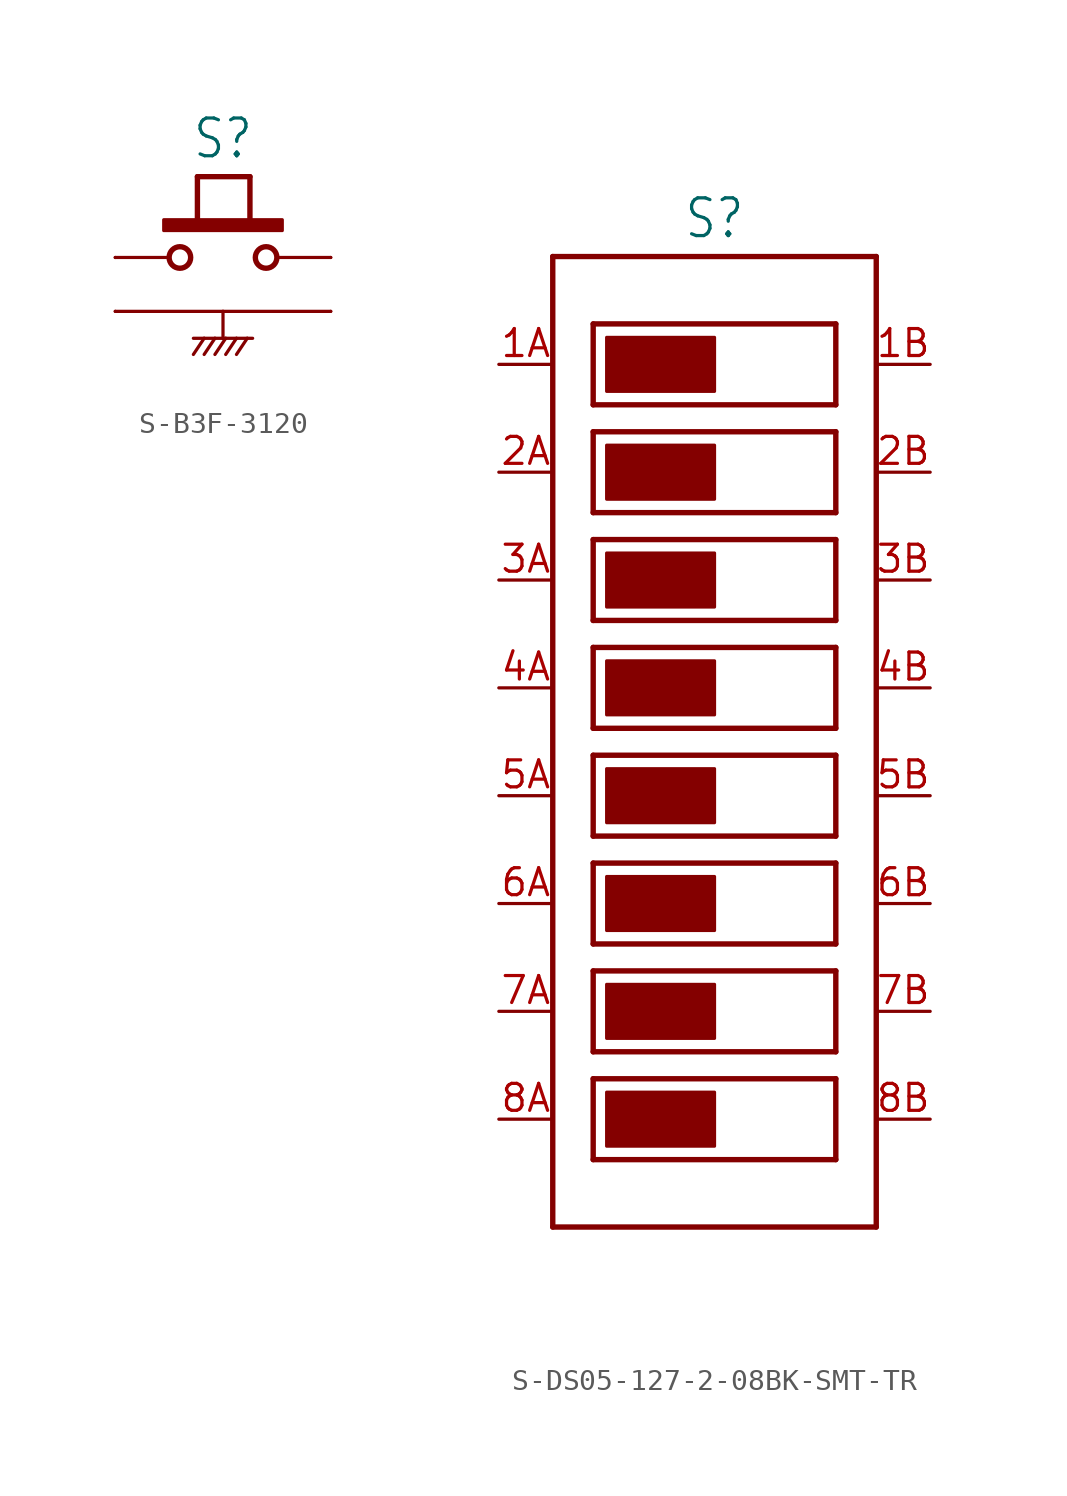
<source format=kicad_sym>
(kicad_symbol_lib
  (version 20231120)
  (generator "kicad_symbol_editor")
  (generator_version "8.0")
  (symbol "S-B3F-3120"
    (property "Reference" "S"
      (at 0 4.572 0)
      (effects (font (size 1.778 1.511)) (justify bottom)))
    (property "Value" ""
      (at 0 -5.08 0)
      (effects (font (size 1.778 1.511)) (justify top)))
    (property "ki_locked" ""
      (at 0 0 0)
      (effects (font (size 1.27 1.27))))
    (symbol "S-B3F-3120_1_0"
      (rectangle (start -2.794 1.27) (end 2.794 1.778) (stroke (width 0) (type default)) (fill (type outline)))
      (circle (center -2.032 0) (radius 0.508) (stroke (width 0.254) (type solid)) (fill (type none)))
      (polyline (pts (xy -5.08 -2.54) (xy 0 -2.54)) (stroke (width 0.152) (type solid)) (fill (type none)))
      (polyline (pts (xy -5.08 0) (xy -2.54 0)) (stroke (width 0.152) (type solid)) (fill (type none)))
      (polyline (pts (xy -1.397 -3.81) (xy -0.889 -3.81)) (stroke (width 0.152) (type solid)) (fill (type none)))
      (polyline (pts (xy -1.206 1.524) (xy -1.206 3.81)) (stroke (width 0.254) (type solid)) (fill (type none)))
      (polyline (pts (xy -1.206 3.81) (xy 1.27 3.81)) (stroke (width 0.254) (type solid)) (fill (type none)))
      (polyline (pts (xy -0.889 -3.81) (xy -1.397 -4.572)) (stroke (width 0.152) (type solid)) (fill (type none)))
      (polyline (pts (xy -0.889 -3.81) (xy -0.381 -3.81)) (stroke (width 0.152) (type solid)) (fill (type none)))
      (polyline (pts (xy -0.381 -3.81) (xy -0.889 -4.572)) (stroke (width 0.152) (type solid)) (fill (type none)))
      (polyline (pts (xy -0.381 -3.81) (xy 0 -3.81)) (stroke (width 0.152) (type solid)) (fill (type none)))
      (polyline (pts (xy 0 -3.81) (xy 0.127 -3.81)) (stroke (width 0.152) (type solid)) (fill (type none)))
      (polyline (pts (xy 0 -2.54) (xy 0 -3.81)) (stroke (width 0.152) (type solid)) (fill (type none)))
      (polyline (pts (xy 0 -2.54) (xy 5.08 -2.54)) (stroke (width 0.152) (type solid)) (fill (type none)))
      (polyline (pts (xy 0.127 -3.81) (xy -0.381 -4.572)) (stroke (width 0.152) (type solid)) (fill (type none)))
      (polyline (pts (xy 0.127 -3.81) (xy 0.635 -3.81)) (stroke (width 0.152) (type solid)) (fill (type none)))
      (polyline (pts (xy 0.635 -3.81) (xy 0.127 -4.572)) (stroke (width 0.152) (type solid)) (fill (type none)))
      (polyline (pts (xy 0.635 -3.81) (xy 1.143 -3.81)) (stroke (width 0.152) (type solid)) (fill (type none)))
      (polyline (pts (xy 1.143 -3.81) (xy 0.635 -4.572)) (stroke (width 0.152) (type solid)) (fill (type none)))
      (polyline (pts (xy 1.143 -3.81) (xy 1.397 -3.81)) (stroke (width 0.152) (type solid)) (fill (type none)))
      (polyline (pts (xy 1.27 3.81) (xy 1.27 1.524)) (stroke (width 0.254) (type solid)) (fill (type none)))
      (polyline (pts (xy 2.54 0) (xy 5.08 0)) (stroke (width 0.152) (type solid)) (fill (type none)))
      (circle (center 2.032 0) (radius 0.508) (stroke (width 0.254) (type solid)) (fill (type none)))
      (pin passive line (at -5.08 0 0) (length 0) (name "1" (effects (font (size 0 0)))) (number "1" (effects (font (size 0 0)))))
      (pin passive line (at 5.08 0 180) (length 0) (name "2" (effects (font (size 0 0)))) (number "2" (effects (font (size 0 0)))))
      (pin passive line (at -5.08 -2.54 0) (length 0) (name "3" (effects (font (size 0 0)))) (number "3" (effects (font (size 0 0)))))
      (pin passive line (at 5.08 -2.54 180) (length 0) (name "4" (effects (font (size 0 0)))) (number "4" (effects (font (size 0 0)))))))
  (symbol "S-DS05-127-2-08BK-SMT-TR"
    (property "Reference" "S"
      (at 0 23.622 0)
      (effects (font (size 1.778 1.511)) (justify bottom)))
    (property "Value" ""
      (at 0 -23.622 0)
      (effects (font (size 1.778 1.511)) (justify top)))
    (property "ki_locked" ""
      (at 0 0 0)
      (effects (font (size 1.27 1.27))))
    (symbol "S-DS05-127-2-08BK-SMT-TR_1_0"
      (rectangle (start -5.08 -19.05) (end 0 -16.51) (stroke (width 0) (type default)) (fill (type outline)))
      (rectangle (start -5.08 -13.97) (end 0 -11.43) (stroke (width 0) (type default)) (fill (type outline)))
      (rectangle (start -5.08 -8.89) (end 0 -6.35) (stroke (width 0) (type default)) (fill (type outline)))
      (rectangle (start -5.08 -3.81) (end 0 -1.27) (stroke (width 0) (type default)) (fill (type outline)))
      (rectangle (start -5.08 1.27) (end 0 3.81) (stroke (width 0) (type default)) (fill (type outline)))
      (rectangle (start -5.08 6.35) (end 0 8.89) (stroke (width 0) (type default)) (fill (type outline)))
      (rectangle (start -5.08 11.43) (end 0 13.97) (stroke (width 0) (type default)) (fill (type outline)))
      (rectangle (start -5.08 16.51) (end 0 19.05) (stroke (width 0) (type default)) (fill (type outline)))
      (polyline (pts (xy -7.62 -22.86) (xy -7.62 22.86)) (stroke (width 0.254) (type solid)) (fill (type none)))
      (polyline (pts (xy -7.62 22.86) (xy 7.62 22.86)) (stroke (width 0.254) (type solid)) (fill (type none)))
      (polyline (pts (xy -5.715 -19.685) (xy 5.715 -19.685)) (stroke (width 0.254) (type solid)) (fill (type none)))
      (polyline (pts (xy -5.715 -15.875) (xy -5.715 -19.685)) (stroke (width 0.254) (type solid)) (fill (type none)))
      (polyline (pts (xy -5.715 -14.605) (xy 5.715 -14.605)) (stroke (width 0.254) (type solid)) (fill (type none)))
      (polyline (pts (xy -5.715 -10.795) (xy -5.715 -14.605)) (stroke (width 0.254) (type solid)) (fill (type none)))
      (polyline (pts (xy -5.715 -9.525) (xy 5.715 -9.525)) (stroke (width 0.254) (type solid)) (fill (type none)))
      (polyline (pts (xy -5.715 -5.715) (xy -5.715 -9.525)) (stroke (width 0.254) (type solid)) (fill (type none)))
      (polyline (pts (xy -5.715 -4.445) (xy 5.715 -4.445)) (stroke (width 0.254) (type solid)) (fill (type none)))
      (polyline (pts (xy -5.715 -0.635) (xy -5.715 -4.445)) (stroke (width 0.254) (type solid)) (fill (type none)))
      (polyline (pts (xy -5.715 0.635) (xy 5.715 0.635)) (stroke (width 0.254) (type solid)) (fill (type none)))
      (polyline (pts (xy -5.715 4.445) (xy -5.715 0.635)) (stroke (width 0.254) (type solid)) (fill (type none)))
      (polyline (pts (xy -5.715 5.715) (xy 5.715 5.715)) (stroke (width 0.254) (type solid)) (fill (type none)))
      (polyline (pts (xy -5.715 9.525) (xy -5.715 5.715)) (stroke (width 0.254) (type solid)) (fill (type none)))
      (polyline (pts (xy -5.715 10.795) (xy 5.715 10.795)) (stroke (width 0.254) (type solid)) (fill (type none)))
      (polyline (pts (xy -5.715 14.605) (xy -5.715 10.795)) (stroke (width 0.254) (type solid)) (fill (type none)))
      (polyline (pts (xy -5.715 15.875) (xy 5.715 15.875)) (stroke (width 0.254) (type solid)) (fill (type none)))
      (polyline (pts (xy -5.715 19.685) (xy -5.715 15.875)) (stroke (width 0.254) (type solid)) (fill (type none)))
      (polyline (pts (xy 5.715 -19.685) (xy 5.715 -15.875)) (stroke (width 0.254) (type solid)) (fill (type none)))
      (polyline (pts (xy 5.715 -15.875) (xy -5.715 -15.875)) (stroke (width 0.254) (type solid)) (fill (type none)))
      (polyline (pts (xy 5.715 -14.605) (xy 5.715 -10.795)) (stroke (width 0.254) (type solid)) (fill (type none)))
      (polyline (pts (xy 5.715 -10.795) (xy -5.715 -10.795)) (stroke (width 0.254) (type solid)) (fill (type none)))
      (polyline (pts (xy 5.715 -9.525) (xy 5.715 -5.715)) (stroke (width 0.254) (type solid)) (fill (type none)))
      (polyline (pts (xy 5.715 -5.715) (xy -5.715 -5.715)) (stroke (width 0.254) (type solid)) (fill (type none)))
      (polyline (pts (xy 5.715 -4.445) (xy 5.715 -0.635)) (stroke (width 0.254) (type solid)) (fill (type none)))
      (polyline (pts (xy 5.715 -0.635) (xy -5.715 -0.635)) (stroke (width 0.254) (type solid)) (fill (type none)))
      (polyline (pts (xy 5.715 0.635) (xy 5.715 4.445)) (stroke (width 0.254) (type solid)) (fill (type none)))
      (polyline (pts (xy 5.715 4.445) (xy -5.715 4.445)) (stroke (width 0.254) (type solid)) (fill (type none)))
      (polyline (pts (xy 5.715 5.715) (xy 5.715 9.525)) (stroke (width 0.254) (type solid)) (fill (type none)))
      (polyline (pts (xy 5.715 9.525) (xy -5.715 9.525)) (stroke (width 0.254) (type solid)) (fill (type none)))
      (polyline (pts (xy 5.715 10.795) (xy 5.715 14.605)) (stroke (width 0.254) (type solid)) (fill (type none)))
      (polyline (pts (xy 5.715 14.605) (xy -5.715 14.605)) (stroke (width 0.254) (type solid)) (fill (type none)))
      (polyline (pts (xy 5.715 15.875) (xy 5.715 19.685)) (stroke (width 0.254) (type solid)) (fill (type none)))
      (polyline (pts (xy 5.715 19.685) (xy -5.715 19.685)) (stroke (width 0.254) (type solid)) (fill (type none)))
      (polyline (pts (xy 7.62 -22.86) (xy -7.62 -22.86)) (stroke (width 0.254) (type solid)) (fill (type none)))
      (polyline (pts (xy 7.62 22.86) (xy 7.62 -22.86)) (stroke (width 0.254) (type solid)) (fill (type none)))
      (pin passive line (at -10.16 17.78 0) (length 2.54) (name "1A" (effects (font (size 0 0)))) (number "1A" (effects (font (size 1.27 1.27)))))
      (pin passive line (at 10.16 17.78 180) (length 2.54) (name "1B" (effects (font (size 0 0)))) (number "1B" (effects (font (size 1.27 1.27)))))
      (pin passive line (at -10.16 12.7 0) (length 2.54) (name "2A" (effects (font (size 0 0)))) (number "2A" (effects (font (size 1.27 1.27)))))
      (pin passive line (at 10.16 12.7 180) (length 2.54) (name "2B" (effects (font (size 0 0)))) (number "2B" (effects (font (size 1.27 1.27)))))
      (pin passive line (at -10.16 7.62 0) (length 2.54) (name "3A" (effects (font (size 0 0)))) (number "3A" (effects (font (size 1.27 1.27)))))
      (pin passive line (at 10.16 7.62 180) (length 2.54) (name "3B" (effects (font (size 0 0)))) (number "3B" (effects (font (size 1.27 1.27)))))
      (pin passive line (at -10.16 2.54 0) (length 2.54) (name "4A" (effects (font (size 0 0)))) (number "4A" (effects (font (size 1.27 1.27)))))
      (pin passive line (at 10.16 2.54 180) (length 2.54) (name "4B" (effects (font (size 0 0)))) (number "4B" (effects (font (size 1.27 1.27)))))
      (pin passive line (at -10.16 -2.54 0) (length 2.54) (name "5A" (effects (font (size 0 0)))) (number "5A" (effects (font (size 1.27 1.27)))))
      (pin passive line (at 10.16 -2.54 180) (length 2.54) (name "5B" (effects (font (size 0 0)))) (number "5B" (effects (font (size 1.27 1.27)))))
      (pin passive line (at -10.16 -7.62 0) (length 2.54) (name "6A" (effects (font (size 0 0)))) (number "6A" (effects (font (size 1.27 1.27)))))
      (pin passive line (at 10.16 -7.62 180) (length 2.54) (name "6B" (effects (font (size 0 0)))) (number "6B" (effects (font (size 1.27 1.27)))))
      (pin passive line (at -10.16 -12.7 0) (length 2.54) (name "7A" (effects (font (size 0 0)))) (number "7A" (effects (font (size 1.27 1.27)))))
      (pin passive line (at 10.16 -12.7 180) (length 2.54) (name "7B" (effects (font (size 0 0)))) (number "7B" (effects (font (size 1.27 1.27)))))
      (pin passive line (at -10.16 -17.78 0) (length 2.54) (name "8A" (effects (font (size 0 0)))) (number "8A" (effects (font (size 1.27 1.27)))))
      (pin passive line (at 10.16 -17.78 180) (length 2.54) (name "8B" (effects (font (size 0 0)))) (number "8B" (effects (font (size 1.27 1.27))))))))
</source>
